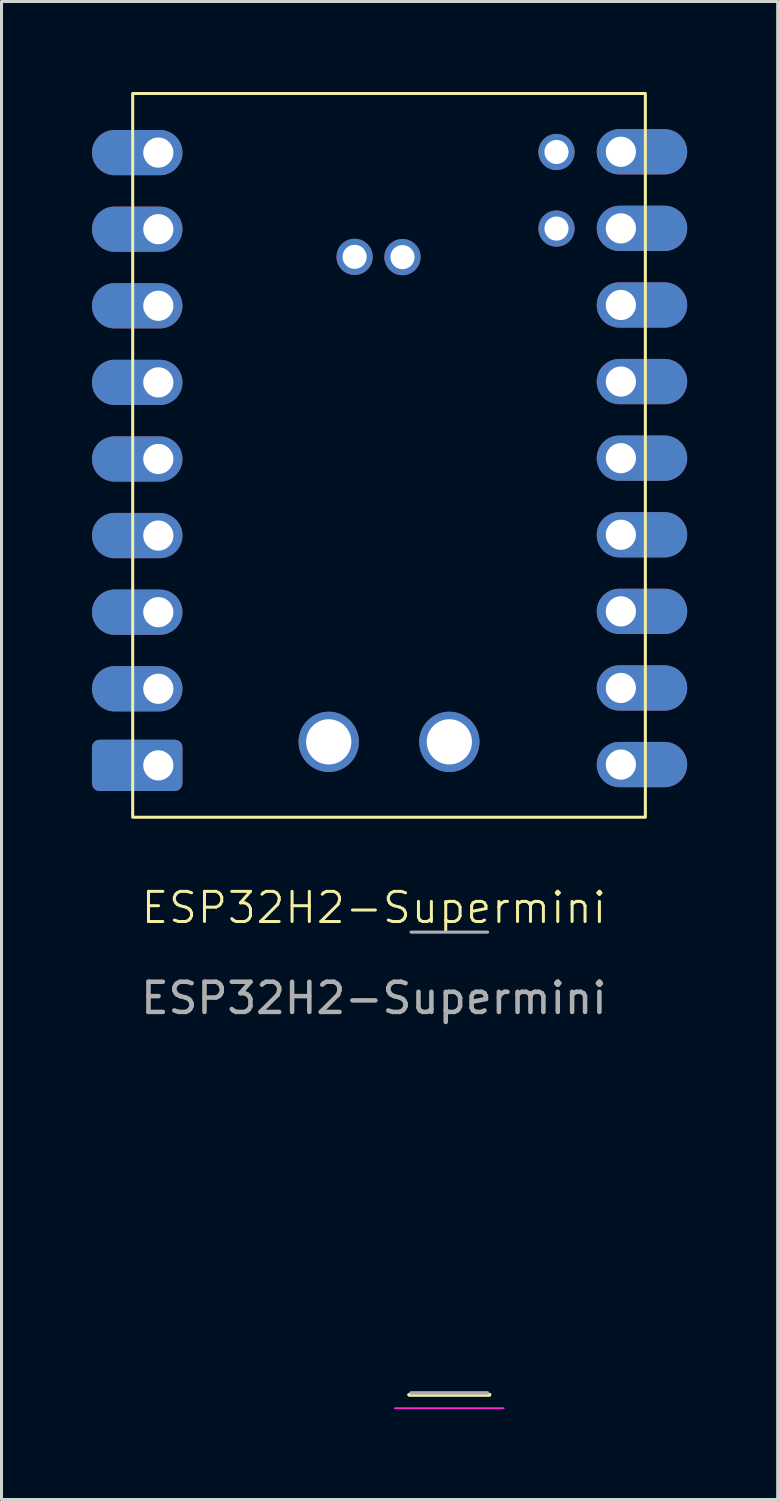
<source format=kicad_pcb>
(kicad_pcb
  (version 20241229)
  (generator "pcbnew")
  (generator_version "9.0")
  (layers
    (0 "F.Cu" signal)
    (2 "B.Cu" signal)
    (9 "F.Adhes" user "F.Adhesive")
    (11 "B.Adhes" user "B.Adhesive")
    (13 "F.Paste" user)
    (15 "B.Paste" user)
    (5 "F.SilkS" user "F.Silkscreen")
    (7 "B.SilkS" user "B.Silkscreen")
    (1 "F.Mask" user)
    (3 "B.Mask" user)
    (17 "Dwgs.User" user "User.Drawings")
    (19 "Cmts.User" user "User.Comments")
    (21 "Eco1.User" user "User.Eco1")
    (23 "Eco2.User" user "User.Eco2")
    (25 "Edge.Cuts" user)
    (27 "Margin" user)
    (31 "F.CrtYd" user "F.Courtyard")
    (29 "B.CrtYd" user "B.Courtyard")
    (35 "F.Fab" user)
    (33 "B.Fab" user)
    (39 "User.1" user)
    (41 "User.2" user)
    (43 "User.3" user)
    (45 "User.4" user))
  (footprint "ESP32H2-Supermini"
    (layer "F.Cu")
    (at 9.35 25.05)
    (property "Reference" "ESP32H2-Supermini" (at 0 2 0) (unlocked yes) (layer "F.SilkS") (effects (font (size 1 1) (thickness 0.1))))
    (attr smd)
    (fp_line (start 1.17 18.15) (end 3.83 18.15) (stroke (width 0.12) (type solid)) (layer "F.SilkS"))
    (fp_line (start 1.17 18.15) (end 3.83 18.15) (stroke (width 0.12) (type solid)) (layer "F.SilkS"))
    (fp_rect (start -8 -25) (end 9 -1) (stroke (width 0.1) (type default)) (fill no) (layer "F.SilkS"))
    (fp_line (start 0.7 18.6) (end 4.3 18.6) (stroke (width 0.05) (type solid)) (layer "F.CrtYd"))
    (fp_line (start 0.7 18.6) (end 4.3 18.6) (stroke (width 0.05) (type solid)) (layer "F.CrtYd"))
    (fp_line (start 3.77 2.81) (end 1.23 2.81) (stroke (width 0.1) (type solid)) (layer "F.Fab"))
    (fp_line (start 3.77 18.09) (end 1.23 18.09) (stroke (width 0.1) (type solid)) (layer "F.Fab"))
    (fp_line (start 3.77 18.09) (end 1.23 18.09) (stroke (width 0.1) (type solid)) (layer "F.Fab"))
    (fp_text user "${REFERENCE}" (at 0 5 0) (unlocked yes) (layer "F.Fab") (effects (font (size 1 1) (thickness 0.15))))
    (pad "1" thru_hole oval (at -7.15 -23.04 180) (size 3 1.5) (drill 1 (offset 0.7 0)) (layers "*.Cu" "*.Mask"))
    (pad "2" thru_hole oval (at -7.15 -20.5 180) (size 3 1.5) (drill 1 (offset 0.7 0)) (layers "*.Cu" "*.Mask"))
    (pad "3" thru_hole oval (at -7.15 -17.96 180) (size 3 1.5) (drill 1 (offset 0.7 0)) (layers "*.Cu" "*.Mask"))
    (pad "4" thru_hole oval (at -7.15 -15.42 180) (size 3 1.5) (drill 1 (offset 0.7 0)) (layers "*.Cu" "*.Mask"))
    (pad "5" thru_hole oval (at -7.15 -12.88 180) (size 3 1.5) (drill 1 (offset 0.7 0)) (layers "*.Cu" "*.Mask"))
    (pad "6" thru_hole oval (at -7.15 -10.34 180) (size 3 1.5) (drill 1 (offset 0.7 0)) (layers "*.Cu" "*.Mask"))
    (pad "7" thru_hole oval (at -7.15 -7.8 180) (size 3 1.5) (drill 1 (offset 0.7 0)) (layers "*.Cu" "*.Mask"))
    (pad "8" thru_hole oval (at -7.15 -5.26 180) (size 3 1.5) (drill 1 (offset 0.7 0)) (layers "*.Cu" "*.Mask"))
    (pad "9" thru_hole roundrect (at -7.15 -2.72 180) (size 3 1.7) (drill 1 (offset 0.7 0)) (layers "*.Cu" "*.Mask") (roundrect_rratio 0.147))
    (pad "10" thru_hole circle (at -0.641 -19.583) (size 1.2 1.2) (drill 0.8) (layers "*.Cu" "*.Mask"))
    (pad "11" thru_hole oval (at 8.188 -23.067) (size 3 1.5) (drill 1 (offset 0.7 0)) (layers "*.Cu" "*.Mask"))
    (pad "12" thru_hole oval (at 8.188 -20.527) (size 3 1.5) (drill 1 (offset 0.7 0)) (layers "*.Cu" "*.Mask"))
    (pad "13" thru_hole oval (at 8.188 -17.987) (size 3 1.5) (drill 1 (offset 0.7 0)) (layers "*.Cu" "*.Mask"))
    (pad "14" thru_hole oval (at 8.188 -15.447) (size 3 1.5) (drill 1 (offset 0.7 0)) (layers "*.Cu" "*.Mask"))
    (pad "15" thru_hole oval (at 8.188 -12.907) (size 3 1.5) (drill 1 (offset 0.7 0)) (layers "*.Cu" "*.Mask"))
    (pad "16" thru_hole oval (at 8.188 -10.367) (size 3 1.5) (drill 1 (offset 0.7 0)) (layers "*.Cu" "*.Mask"))
    (pad "17" thru_hole oval (at 8.188 -7.827) (size 3 1.5) (drill 1 (offset 0.7 0)) (layers "*.Cu" "*.Mask"))
    (pad "18" thru_hole oval (at 8.188 -5.287) (size 3 1.5) (drill 1 (offset 0.7 0)) (layers "*.Cu" "*.Mask"))
    (pad "19" thru_hole oval (at 8.188 -2.747) (size 3 1.5) (drill 1 (offset 0.7 0)) (layers "*.Cu" "*.Mask"))
    (pad "20" thru_hole circle (at 0.946 -19.574) (size 1.2 1.2) (drill 0.8) (layers "*.Cu" "*.Mask"))
    (pad "21" thru_hole circle (at 6.053 -23.06) (size 1.2 1.2) (drill 0.8) (layers "*.Cu" "*.Mask"))
    (pad "22" thru_hole circle (at 6.053 -20.52) (size 1.2 1.2) (drill 0.8) (layers "*.Cu" "*.Mask"))
    (pad "23" thru_hole circle (at -1.5 -3.5 90) (size 2 2) (drill 1.5) (layers "*.Cu" "*.Mask"))
    (pad "24" thru_hole circle (at 2.5 -3.5 90) (size 2 2) (drill 1.5) (layers "*.Cu" "*.Mask")))
  (gr_rect
    (start -3 -3)
    (end 22.738 46.675)
    (stroke (width 0.1) (type default))
    (fill no)
    (layer "Edge.Cuts")))
</source>
